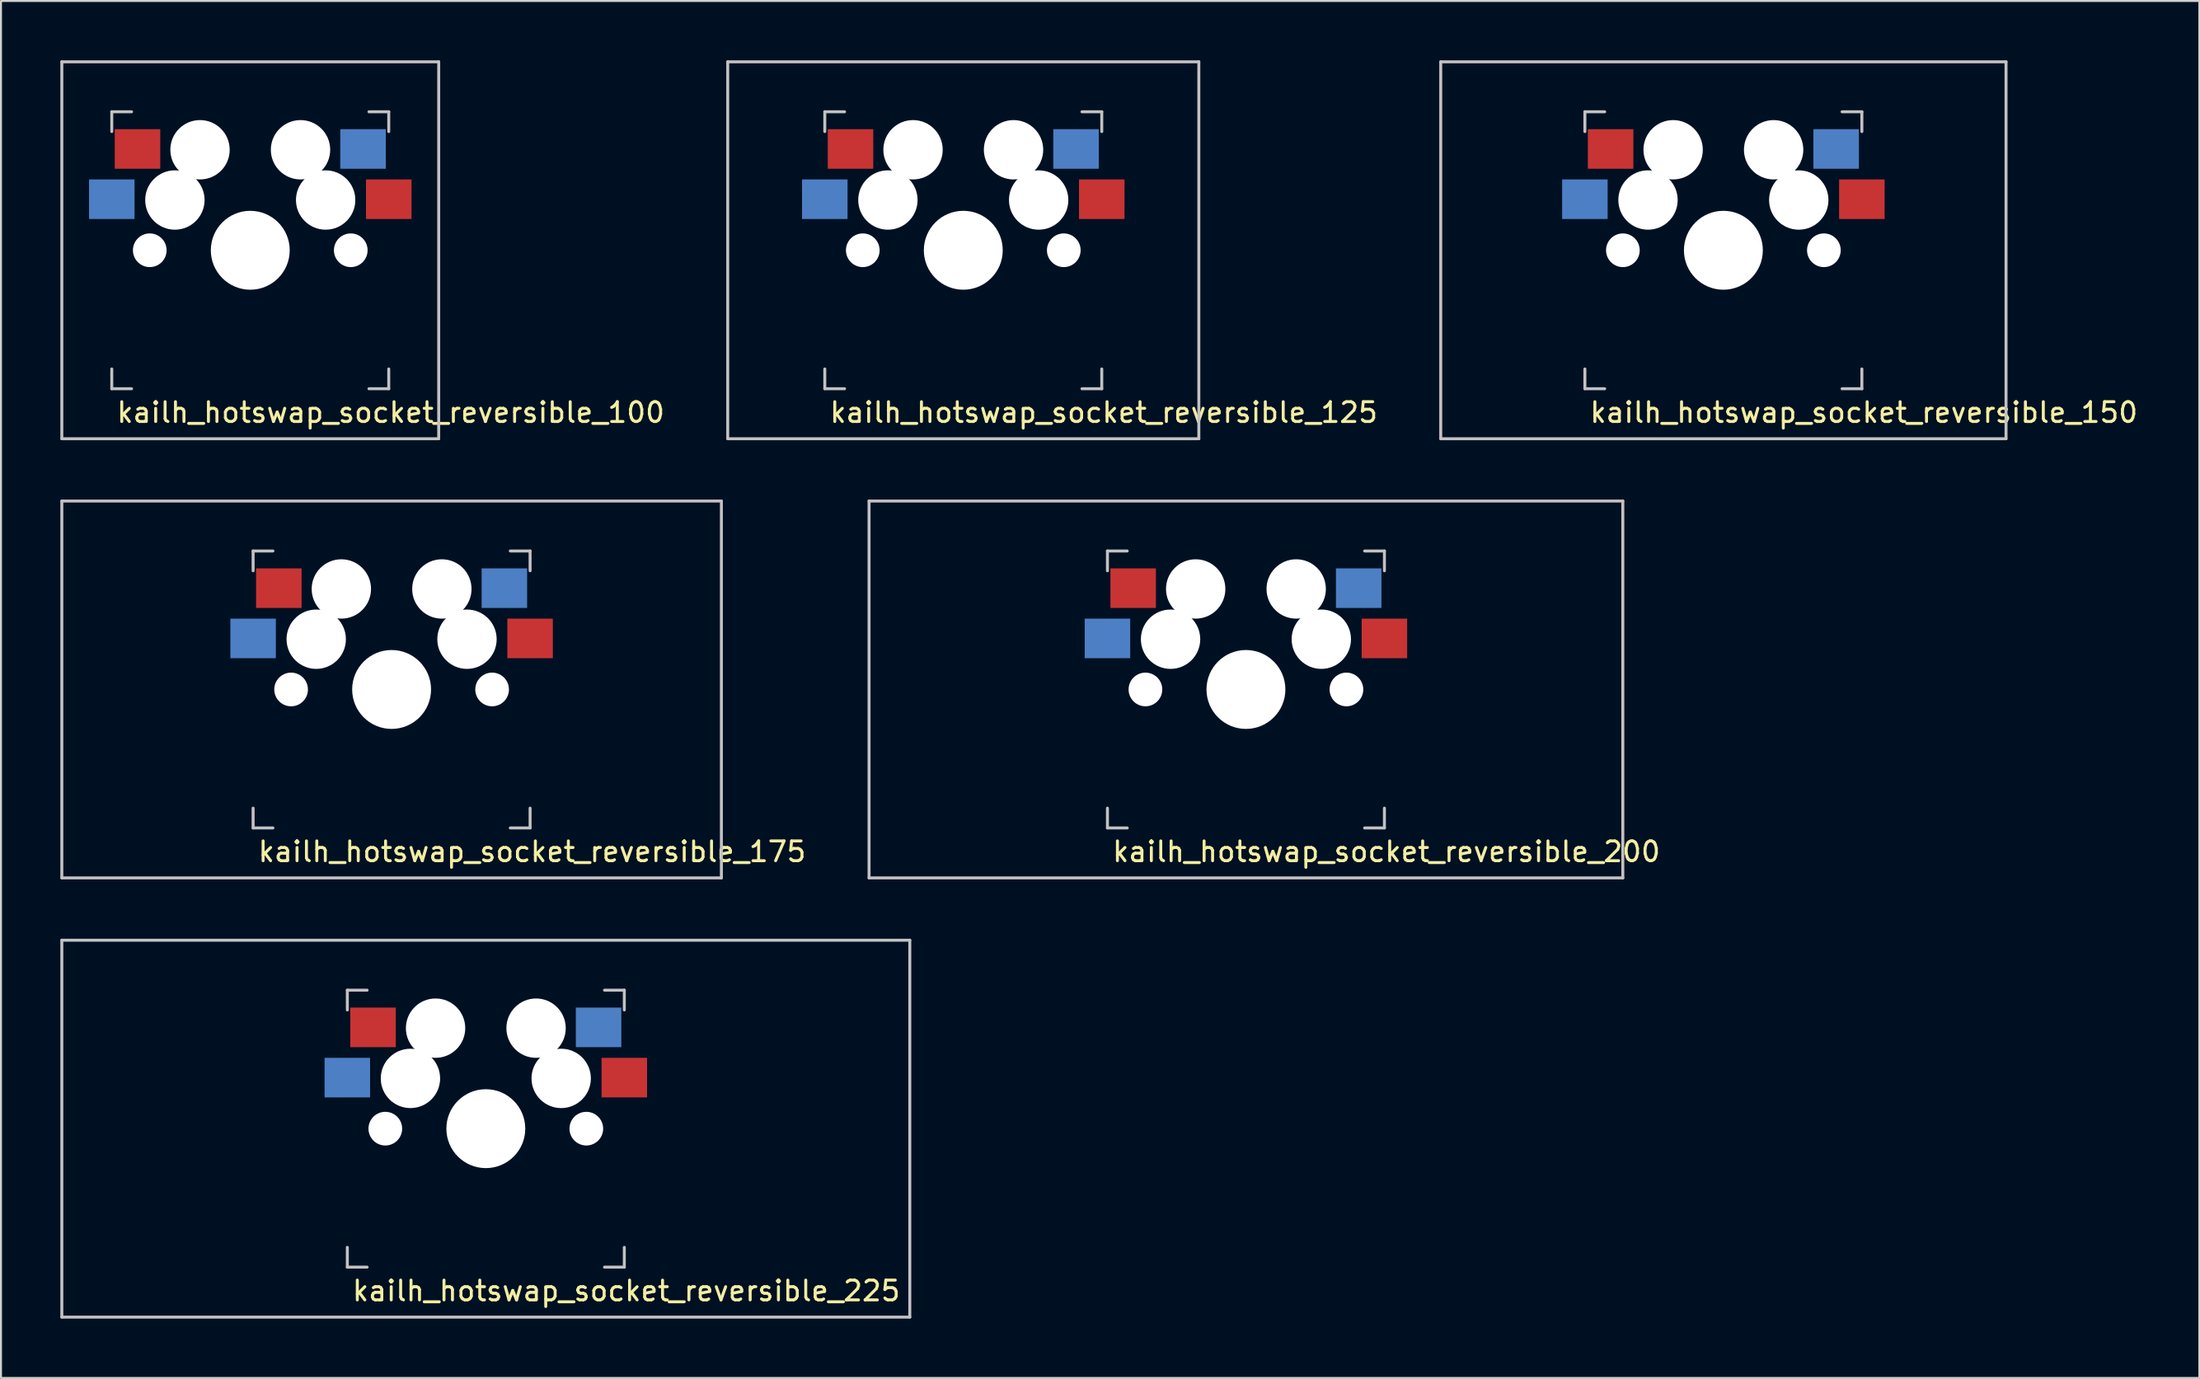
<source format=kicad_pcb>
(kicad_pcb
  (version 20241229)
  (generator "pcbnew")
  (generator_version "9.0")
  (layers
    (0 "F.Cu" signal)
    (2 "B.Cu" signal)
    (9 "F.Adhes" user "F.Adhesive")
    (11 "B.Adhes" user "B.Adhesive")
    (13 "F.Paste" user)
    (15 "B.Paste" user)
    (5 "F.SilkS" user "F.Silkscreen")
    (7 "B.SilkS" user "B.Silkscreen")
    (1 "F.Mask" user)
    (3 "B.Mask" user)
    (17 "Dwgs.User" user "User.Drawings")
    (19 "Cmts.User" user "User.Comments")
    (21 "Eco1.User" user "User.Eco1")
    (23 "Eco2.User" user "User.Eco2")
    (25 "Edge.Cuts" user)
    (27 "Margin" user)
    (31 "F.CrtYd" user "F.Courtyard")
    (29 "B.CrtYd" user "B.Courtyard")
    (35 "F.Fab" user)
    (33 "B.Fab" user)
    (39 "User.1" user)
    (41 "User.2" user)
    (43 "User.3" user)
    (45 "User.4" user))
  (footprint "kailh_hotswap_socket_reversible_175"
    (layer "F.Cu")
    (at 16.744 31.8)
    (property "Reference" "kailh_hotswap_socket_reversible_175" (at 7.1 8.2 0) (layer "F.SilkS") (effects (font (size 1 1) (thickness 0.15))))
    (attr through_hole)
    (fp_line (start -16.669 -9.525) (end 16.669 -9.525) (stroke (width 0.15) (type solid)) (layer "Dwgs.User"))
    (fp_line (start -16.669 9.525) (end -16.669 -9.525) (stroke (width 0.15) (type solid)) (layer "Dwgs.User"))
    (fp_line (start -7 -7) (end -6 -7) (stroke (width 0.15) (type solid)) (layer "Dwgs.User"))
    (fp_line (start -7 -6) (end -7 -7) (stroke (width 0.15) (type solid)) (layer "Dwgs.User"))
    (fp_line (start -7 6) (end -7 7) (stroke (width 0.15) (type solid)) (layer "Dwgs.User"))
    (fp_line (start -7 7) (end -6 7) (stroke (width 0.15) (type solid)) (layer "Dwgs.User"))
    (fp_line (start 6 7) (end 7 7) (stroke (width 0.15) (type solid)) (layer "Dwgs.User"))
    (fp_line (start 7 -7) (end 6 -7) (stroke (width 0.15) (type solid)) (layer "Dwgs.User"))
    (fp_line (start 7 -7) (end 7 -6) (stroke (width 0.15) (type solid)) (layer "Dwgs.User"))
    (fp_line (start 7 7) (end 7 6) (stroke (width 0.15) (type solid)) (layer "Dwgs.User"))
    (fp_line (start 16.669 -9.525) (end 16.669 9.525) (stroke (width 0.15) (type solid)) (layer "Dwgs.User"))
    (fp_line (start 16.669 9.525) (end -16.669 9.525) (stroke (width 0.15) (type solid)) (layer "Dwgs.User"))
    (pad "" np_thru_hole circle (at -5.08 0) (size 1.702 1.702) (drill 1.702) (layers "*.Cu" "*.Mask"))
    (pad "" np_thru_hole circle (at -3.81 -2.54 180) (size 3 3) (drill 3) (layers "*.Cu" "*.Mask"))
    (pad "" np_thru_hole circle (at -2.54 -5.08 180) (size 3 3) (drill 3) (layers "*.Cu" "*.Mask"))
    (pad "" np_thru_hole circle (at 0 0 90) (size 3.988 3.988) (drill 3.988) (layers "*.Cu" "*.Mask"))
    (pad "" np_thru_hole circle (at 2.54 -5.08 180) (size 3 3) (drill 3) (layers "*.Cu" "*.Mask"))
    (pad "" np_thru_hole circle (at 3.81 -2.54 180) (size 3 3) (drill 3) (layers "*.Cu" "*.Mask"))
    (pad "" np_thru_hole circle (at 5.08 0) (size 1.702 1.702) (drill 1.702) (layers "*.Cu" "*.Mask"))
    (pad "1" smd rect (at -7 -2.58 180) (size 2.3 2) (layers "B.Cu" "B.Mask" "B.Paste"))
    (pad "1" smd rect (at 7 -2.58 180) (size 2.3 2) (layers "F.Cu" "F.Mask" "F.Paste"))
    (pad "2" smd rect (at -5.7 -5.12 180) (size 2.3 2) (layers "F.Cu" "F.Mask" "F.Paste"))
    (pad "2" smd rect (at 5.7 -5.12 180) (size 2.3 2) (layers "B.Cu" "B.Mask" "B.Paste")))
  (footprint "kailh_hotswap_socket_reversible_125"
    (layer "F.Cu")
    (at 45.64 9.6)
    (property "Reference" "kailh_hotswap_socket_reversible_125" (at 7.1 8.2 0) (layer "F.SilkS") (effects (font (size 1 1) (thickness 0.15))))
    (attr through_hole)
    (fp_line (start -11.906 -9.525) (end 11.906 -9.525) (stroke (width 0.15) (type solid)) (layer "Dwgs.User"))
    (fp_line (start -11.906 9.525) (end -11.906 -9.525) (stroke (width 0.15) (type solid)) (layer "Dwgs.User"))
    (fp_line (start -7 -7) (end -6 -7) (stroke (width 0.15) (type solid)) (layer "Dwgs.User"))
    (fp_line (start -7 -6) (end -7 -7) (stroke (width 0.15) (type solid)) (layer "Dwgs.User"))
    (fp_line (start -7 6) (end -7 7) (stroke (width 0.15) (type solid)) (layer "Dwgs.User"))
    (fp_line (start -7 7) (end -6 7) (stroke (width 0.15) (type solid)) (layer "Dwgs.User"))
    (fp_line (start 6 7) (end 7 7) (stroke (width 0.15) (type solid)) (layer "Dwgs.User"))
    (fp_line (start 7 -7) (end 6 -7) (stroke (width 0.15) (type solid)) (layer "Dwgs.User"))
    (fp_line (start 7 -7) (end 7 -6) (stroke (width 0.15) (type solid)) (layer "Dwgs.User"))
    (fp_line (start 7 7) (end 7 6) (stroke (width 0.15) (type solid)) (layer "Dwgs.User"))
    (fp_line (start 11.906 -9.525) (end 11.906 9.525) (stroke (width 0.15) (type solid)) (layer "Dwgs.User"))
    (fp_line (start 11.906 9.525) (end -11.906 9.525) (stroke (width 0.15) (type solid)) (layer "Dwgs.User"))
    (pad "" np_thru_hole circle (at -5.08 0) (size 1.702 1.702) (drill 1.702) (layers "*.Cu" "*.Mask"))
    (pad "" np_thru_hole circle (at -3.81 -2.54 180) (size 3 3) (drill 3) (layers "*.Cu" "*.Mask"))
    (pad "" np_thru_hole circle (at -2.54 -5.08 180) (size 3 3) (drill 3) (layers "*.Cu" "*.Mask"))
    (pad "" np_thru_hole circle (at 0 0 90) (size 3.988 3.988) (drill 3.988) (layers "*.Cu" "*.Mask"))
    (pad "" np_thru_hole circle (at 2.54 -5.08 180) (size 3 3) (drill 3) (layers "*.Cu" "*.Mask"))
    (pad "" np_thru_hole circle (at 3.81 -2.54 180) (size 3 3) (drill 3) (layers "*.Cu" "*.Mask"))
    (pad "" np_thru_hole circle (at 5.08 0) (size 1.702 1.702) (drill 1.702) (layers "*.Cu" "*.Mask"))
    (pad "1" smd rect (at -7 -2.58 180) (size 2.3 2) (layers "B.Cu" "B.Mask" "B.Paste"))
    (pad "1" smd rect (at 7 -2.58 180) (size 2.3 2) (layers "F.Cu" "F.Mask" "F.Paste"))
    (pad "2" smd rect (at -5.7 -5.12 180) (size 2.3 2) (layers "F.Cu" "F.Mask" "F.Paste"))
    (pad "2" smd rect (at 5.7 -5.12 180) (size 2.3 2) (layers "B.Cu" "B.Mask" "B.Paste")))
  (footprint "kailh_hotswap_socket_reversible_100"
    (layer "F.Cu")
    (at 9.6 9.6)
    (property "Reference" "kailh_hotswap_socket_reversible_100" (at 7.1 8.2 0) (layer "F.SilkS") (effects (font (size 1 1) (thickness 0.15))))
    (attr through_hole)
    (fp_line (start -9.525 -9.525) (end 9.525 -9.525) (stroke (width 0.15) (type solid)) (layer "Dwgs.User"))
    (fp_line (start -9.525 9.525) (end -9.525 -9.525) (stroke (width 0.15) (type solid)) (layer "Dwgs.User"))
    (fp_line (start -7 -7) (end -6 -7) (stroke (width 0.15) (type solid)) (layer "Dwgs.User"))
    (fp_line (start -7 -6) (end -7 -7) (stroke (width 0.15) (type solid)) (layer "Dwgs.User"))
    (fp_line (start -7 6) (end -7 7) (stroke (width 0.15) (type solid)) (layer "Dwgs.User"))
    (fp_line (start -7 7) (end -6 7) (stroke (width 0.15) (type solid)) (layer "Dwgs.User"))
    (fp_line (start 6 7) (end 7 7) (stroke (width 0.15) (type solid)) (layer "Dwgs.User"))
    (fp_line (start 7 -7) (end 6 -7) (stroke (width 0.15) (type solid)) (layer "Dwgs.User"))
    (fp_line (start 7 -7) (end 7 -6) (stroke (width 0.15) (type solid)) (layer "Dwgs.User"))
    (fp_line (start 7 7) (end 7 6) (stroke (width 0.15) (type solid)) (layer "Dwgs.User"))
    (fp_line (start 9.525 -9.525) (end 9.525 9.525) (stroke (width 0.15) (type solid)) (layer "Dwgs.User"))
    (fp_line (start 9.525 9.525) (end -9.525 9.525) (stroke (width 0.15) (type solid)) (layer "Dwgs.User"))
    (pad "" np_thru_hole circle (at -5.08 0) (size 1.702 1.702) (drill 1.702) (layers "*.Cu" "*.Mask"))
    (pad "" np_thru_hole circle (at -3.81 -2.54 180) (size 3 3) (drill 3) (layers "*.Cu" "*.Mask"))
    (pad "" np_thru_hole circle (at -2.54 -5.08 180) (size 3 3) (drill 3) (layers "*.Cu" "*.Mask"))
    (pad "" np_thru_hole circle (at 0 0 90) (size 3.988 3.988) (drill 3.988) (layers "*.Cu" "*.Mask"))
    (pad "" np_thru_hole circle (at 2.54 -5.08 180) (size 3 3) (drill 3) (layers "*.Cu" "*.Mask"))
    (pad "" np_thru_hole circle (at 3.81 -2.54 180) (size 3 3) (drill 3) (layers "*.Cu" "*.Mask"))
    (pad "" np_thru_hole circle (at 5.08 0) (size 1.702 1.702) (drill 1.702) (layers "*.Cu" "*.Mask"))
    (pad "1" smd rect (at -7 -2.58 180) (size 2.3 2) (layers "B.Cu" "B.Mask" "B.Paste"))
    (pad "1" smd rect (at 7 -2.58 180) (size 2.3 2) (layers "F.Cu" "F.Mask" "F.Paste"))
    (pad "2" smd rect (at -5.7 -5.12 180) (size 2.3 2) (layers "F.Cu" "F.Mask" "F.Paste"))
    (pad "2" smd rect (at 5.7 -5.12 180) (size 2.3 2) (layers "B.Cu" "B.Mask" "B.Paste")))
  (footprint "kailh_hotswap_socket_reversible_150"
    (layer "F.Cu")
    (at 84.06 9.6)
    (property "Reference" "kailh_hotswap_socket_reversible_150" (at 7.1 8.2 0) (layer "F.SilkS") (effects (font (size 1 1) (thickness 0.15))))
    (attr through_hole)
    (fp_line (start -14.287 -9.525) (end 14.287 -9.525) (stroke (width 0.15) (type solid)) (layer "Dwgs.User"))
    (fp_line (start -14.287 9.525) (end -14.287 -9.525) (stroke (width 0.15) (type solid)) (layer "Dwgs.User"))
    (fp_line (start -7 -7) (end -6 -7) (stroke (width 0.15) (type solid)) (layer "Dwgs.User"))
    (fp_line (start -7 -6) (end -7 -7) (stroke (width 0.15) (type solid)) (layer "Dwgs.User"))
    (fp_line (start -7 6) (end -7 7) (stroke (width 0.15) (type solid)) (layer "Dwgs.User"))
    (fp_line (start -7 7) (end -6 7) (stroke (width 0.15) (type solid)) (layer "Dwgs.User"))
    (fp_line (start 6 7) (end 7 7) (stroke (width 0.15) (type solid)) (layer "Dwgs.User"))
    (fp_line (start 7 -7) (end 6 -7) (stroke (width 0.15) (type solid)) (layer "Dwgs.User"))
    (fp_line (start 7 -7) (end 7 -6) (stroke (width 0.15) (type solid)) (layer "Dwgs.User"))
    (fp_line (start 7 7) (end 7 6) (stroke (width 0.15) (type solid)) (layer "Dwgs.User"))
    (fp_line (start 14.287 -9.525) (end 14.287 9.525) (stroke (width 0.15) (type solid)) (layer "Dwgs.User"))
    (fp_line (start 14.287 9.525) (end -14.287 9.525) (stroke (width 0.15) (type solid)) (layer "Dwgs.User"))
    (pad "" np_thru_hole circle (at -5.08 0) (size 1.702 1.702) (drill 1.702) (layers "*.Cu" "*.Mask"))
    (pad "" np_thru_hole circle (at -3.81 -2.54 180) (size 3 3) (drill 3) (layers "*.Cu" "*.Mask"))
    (pad "" np_thru_hole circle (at -2.54 -5.08 180) (size 3 3) (drill 3) (layers "*.Cu" "*.Mask"))
    (pad "" np_thru_hole circle (at 0 0 90) (size 3.988 3.988) (drill 3.988) (layers "*.Cu" "*.Mask"))
    (pad "" np_thru_hole circle (at 2.54 -5.08 180) (size 3 3) (drill 3) (layers "*.Cu" "*.Mask"))
    (pad "" np_thru_hole circle (at 3.81 -2.54 180) (size 3 3) (drill 3) (layers "*.Cu" "*.Mask"))
    (pad "" np_thru_hole circle (at 5.08 0) (size 1.702 1.702) (drill 1.702) (layers "*.Cu" "*.Mask"))
    (pad "1" smd rect (at -7 -2.58 180) (size 2.3 2) (layers "B.Cu" "B.Mask" "B.Paste"))
    (pad "1" smd rect (at 7 -2.58 180) (size 2.3 2) (layers "F.Cu" "F.Mask" "F.Paste"))
    (pad "2" smd rect (at -5.7 -5.12 180) (size 2.3 2) (layers "F.Cu" "F.Mask" "F.Paste"))
    (pad "2" smd rect (at 5.7 -5.12 180) (size 2.3 2) (layers "B.Cu" "B.Mask" "B.Paste")))
  (footprint "kailh_hotswap_socket_reversible_225"
    (layer "F.Cu")
    (at 21.506 54)
    (property "Reference" "kailh_hotswap_socket_reversible_225" (at 7.1 8.2 0) (layer "F.SilkS") (effects (font (size 1 1) (thickness 0.15))))
    (attr through_hole)
    (fp_line (start -21.431 -9.525) (end 21.431 -9.525) (stroke (width 0.15) (type solid)) (layer "Dwgs.User"))
    (fp_line (start -21.431 9.525) (end -21.431 -9.525) (stroke (width 0.15) (type solid)) (layer "Dwgs.User"))
    (fp_line (start -7 -7) (end -6 -7) (stroke (width 0.15) (type solid)) (layer "Dwgs.User"))
    (fp_line (start -7 -6) (end -7 -7) (stroke (width 0.15) (type solid)) (layer "Dwgs.User"))
    (fp_line (start -7 6) (end -7 7) (stroke (width 0.15) (type solid)) (layer "Dwgs.User"))
    (fp_line (start -7 7) (end -6 7) (stroke (width 0.15) (type solid)) (layer "Dwgs.User"))
    (fp_line (start 6 7) (end 7 7) (stroke (width 0.15) (type solid)) (layer "Dwgs.User"))
    (fp_line (start 7 -7) (end 6 -7) (stroke (width 0.15) (type solid)) (layer "Dwgs.User"))
    (fp_line (start 7 -7) (end 7 -6) (stroke (width 0.15) (type solid)) (layer "Dwgs.User"))
    (fp_line (start 7 7) (end 7 6) (stroke (width 0.15) (type solid)) (layer "Dwgs.User"))
    (fp_line (start 21.431 -9.525) (end 21.431 9.525) (stroke (width 0.15) (type solid)) (layer "Dwgs.User"))
    (fp_line (start 21.431 9.525) (end -21.431 9.525) (stroke (width 0.15) (type solid)) (layer "Dwgs.User"))
    (pad "" np_thru_hole circle (at -5.08 0) (size 1.702 1.702) (drill 1.702) (layers "*.Cu" "*.Mask"))
    (pad "" np_thru_hole circle (at -3.81 -2.54 180) (size 3 3) (drill 3) (layers "*.Cu" "*.Mask"))
    (pad "" np_thru_hole circle (at -2.54 -5.08 180) (size 3 3) (drill 3) (layers "*.Cu" "*.Mask"))
    (pad "" np_thru_hole circle (at 0 0 90) (size 3.988 3.988) (drill 3.988) (layers "*.Cu" "*.Mask"))
    (pad "" np_thru_hole circle (at 2.54 -5.08 180) (size 3 3) (drill 3) (layers "*.Cu" "*.Mask"))
    (pad "" np_thru_hole circle (at 3.81 -2.54 180) (size 3 3) (drill 3) (layers "*.Cu" "*.Mask"))
    (pad "" np_thru_hole circle (at 5.08 0) (size 1.702 1.702) (drill 1.702) (layers "*.Cu" "*.Mask"))
    (pad "1" smd rect (at -7 -2.58 180) (size 2.3 2) (layers "B.Cu" "B.Mask" "B.Paste"))
    (pad "1" smd rect (at 7 -2.58 180) (size 2.3 2) (layers "F.Cu" "F.Mask" "F.Paste"))
    (pad "2" smd rect (at -5.7 -5.12 180) (size 2.3 2) (layers "F.Cu" "F.Mask" "F.Paste"))
    (pad "2" smd rect (at 5.7 -5.12 180) (size 2.3 2) (layers "B.Cu" "B.Mask" "B.Paste")))
  (footprint "kailh_hotswap_socket_reversible_200"
    (layer "F.Cu")
    (at 59.927 31.8)
    (property "Reference" "kailh_hotswap_socket_reversible_200" (at 7.1 8.2 0) (layer "F.SilkS") (effects (font (size 1 1) (thickness 0.15))))
    (attr through_hole)
    (fp_line (start -19.05 -9.525) (end 19.05 -9.525) (stroke (width 0.15) (type solid)) (layer "Dwgs.User"))
    (fp_line (start -19.05 9.525) (end -19.05 -9.525) (stroke (width 0.15) (type solid)) (layer "Dwgs.User"))
    (fp_line (start -7 -7) (end -6 -7) (stroke (width 0.15) (type solid)) (layer "Dwgs.User"))
    (fp_line (start -7 -6) (end -7 -7) (stroke (width 0.15) (type solid)) (layer "Dwgs.User"))
    (fp_line (start -7 6) (end -7 7) (stroke (width 0.15) (type solid)) (layer "Dwgs.User"))
    (fp_line (start -7 7) (end -6 7) (stroke (width 0.15) (type solid)) (layer "Dwgs.User"))
    (fp_line (start 6 7) (end 7 7) (stroke (width 0.15) (type solid)) (layer "Dwgs.User"))
    (fp_line (start 7 -7) (end 6 -7) (stroke (width 0.15) (type solid)) (layer "Dwgs.User"))
    (fp_line (start 7 -7) (end 7 -6) (stroke (width 0.15) (type solid)) (layer "Dwgs.User"))
    (fp_line (start 7 7) (end 7 6) (stroke (width 0.15) (type solid)) (layer "Dwgs.User"))
    (fp_line (start 19.05 -9.525) (end 19.05 9.525) (stroke (width 0.15) (type solid)) (layer "Dwgs.User"))
    (fp_line (start 19.05 9.525) (end -19.05 9.525) (stroke (width 0.15) (type solid)) (layer "Dwgs.User"))
    (pad "" np_thru_hole circle (at -5.08 0) (size 1.702 1.702) (drill 1.702) (layers "*.Cu" "*.Mask"))
    (pad "" np_thru_hole circle (at -3.81 -2.54 180) (size 3 3) (drill 3) (layers "*.Cu" "*.Mask"))
    (pad "" np_thru_hole circle (at -2.54 -5.08 180) (size 3 3) (drill 3) (layers "*.Cu" "*.Mask"))
    (pad "" np_thru_hole circle (at 0 0 90) (size 3.988 3.988) (drill 3.988) (layers "*.Cu" "*.Mask"))
    (pad "" np_thru_hole circle (at 2.54 -5.08 180) (size 3 3) (drill 3) (layers "*.Cu" "*.Mask"))
    (pad "" np_thru_hole circle (at 3.81 -2.54 180) (size 3 3) (drill 3) (layers "*.Cu" "*.Mask"))
    (pad "" np_thru_hole circle (at 5.08 0) (size 1.702 1.702) (drill 1.702) (layers "*.Cu" "*.Mask"))
    (pad "1" smd rect (at -7 -2.58 180) (size 2.3 2) (layers "B.Cu" "B.Mask" "B.Paste"))
    (pad "1" smd rect (at 7 -2.58 180) (size 2.3 2) (layers "F.Cu" "F.Mask" "F.Paste"))
    (pad "2" smd rect (at -5.7 -5.12 180) (size 2.3 2) (layers "F.Cu" "F.Mask" "F.Paste"))
    (pad "2" smd rect (at 5.7 -5.12 180) (size 2.3 2) (layers "B.Cu" "B.Mask" "B.Paste")))
  (gr_rect
    (start -3 -3)
    (end 108.119 66.6)
    (stroke (width 0.1) (type default))
    (fill no)
    (layer "Edge.Cuts")))
</source>
